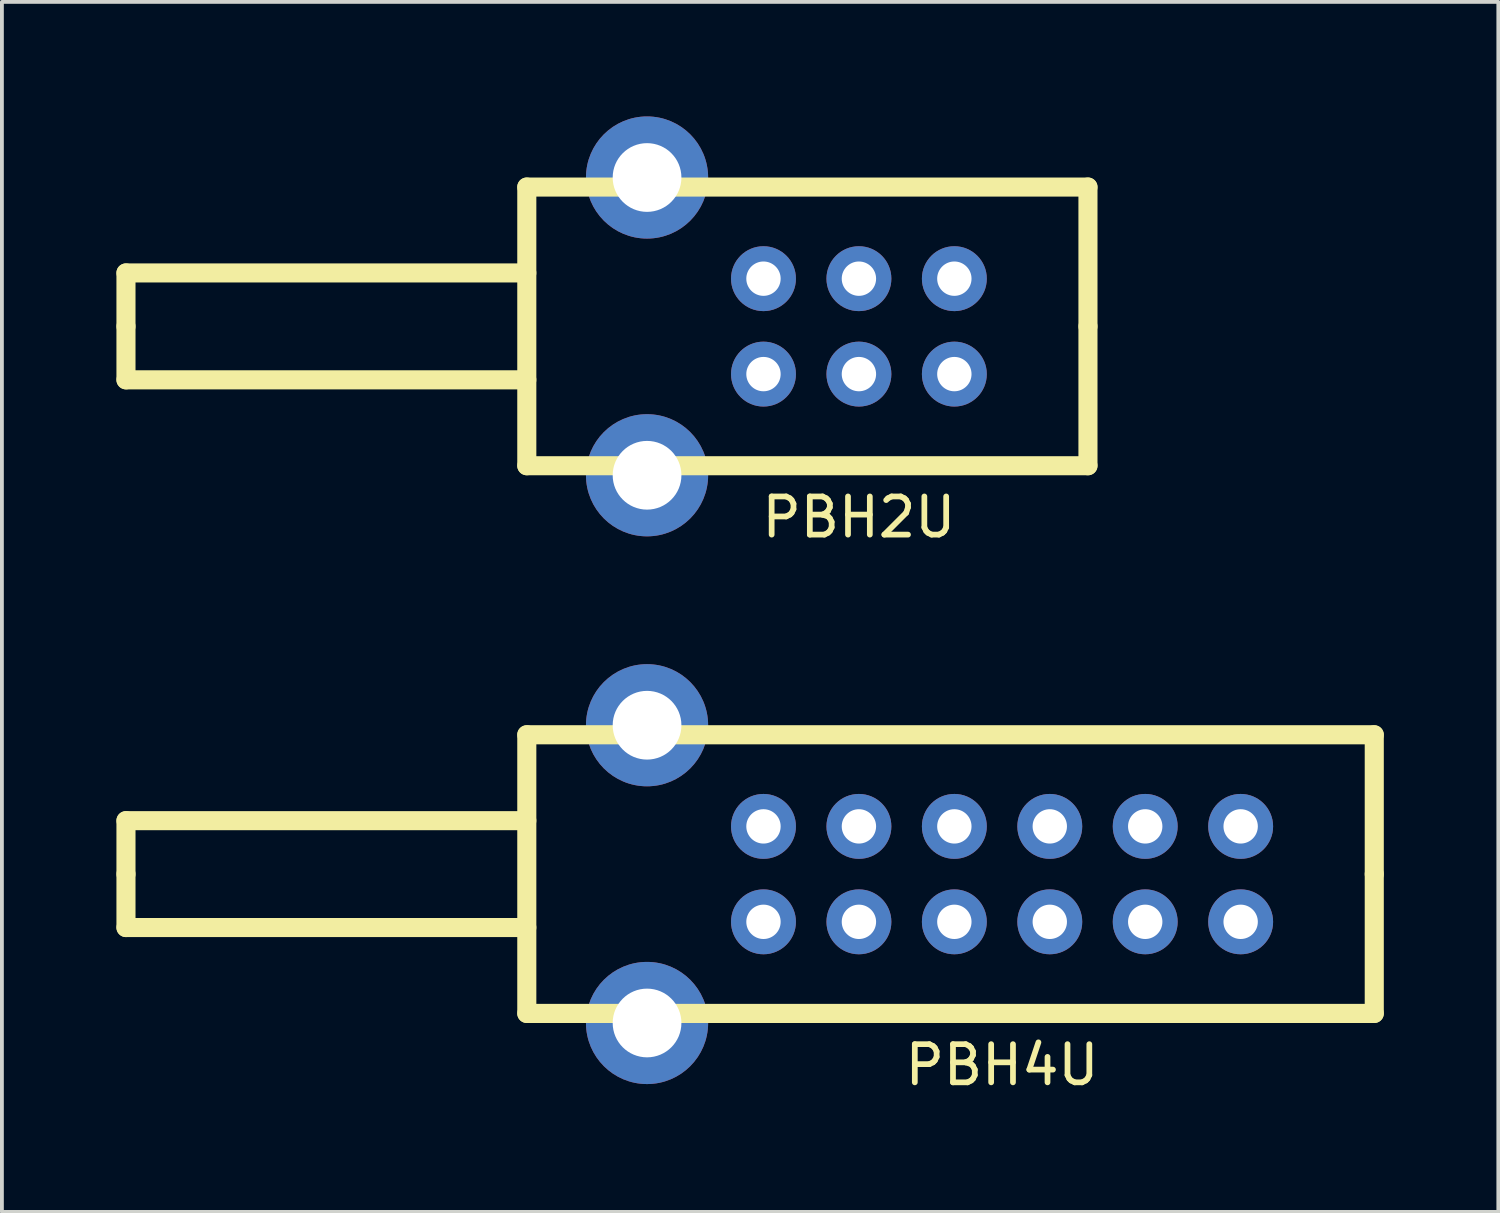
<source format=kicad_pcb>
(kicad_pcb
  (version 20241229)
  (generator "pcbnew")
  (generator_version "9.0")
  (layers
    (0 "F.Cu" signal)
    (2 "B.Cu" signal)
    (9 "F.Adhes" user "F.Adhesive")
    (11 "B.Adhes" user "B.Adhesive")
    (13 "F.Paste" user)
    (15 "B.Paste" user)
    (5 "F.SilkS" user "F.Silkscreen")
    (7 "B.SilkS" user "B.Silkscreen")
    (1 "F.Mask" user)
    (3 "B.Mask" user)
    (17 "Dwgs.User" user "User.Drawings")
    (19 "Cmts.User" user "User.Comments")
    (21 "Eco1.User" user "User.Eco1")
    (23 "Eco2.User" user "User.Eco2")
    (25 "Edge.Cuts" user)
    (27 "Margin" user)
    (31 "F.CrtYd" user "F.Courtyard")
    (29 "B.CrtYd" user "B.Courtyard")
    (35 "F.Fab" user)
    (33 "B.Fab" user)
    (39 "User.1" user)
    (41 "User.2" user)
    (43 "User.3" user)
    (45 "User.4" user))
  (footprint "PBH2U"
    (layer "F.Cu")
    (at 19.45 5.5)
    (property "Reference" "PBH2U" (at 0 5 0) (layer "F.SilkS") (effects (font (size 1 1) (thickness 0.15))))
    (attr through_hole)
    (fp_line (start -19.2 -1.4) (end -8.7 -1.4) (stroke (width 0.5) (type solid)) (layer "F.SilkS"))
    (fp_line (start -19.2 0) (end -19.2 -1.4) (stroke (width 0.5) (type solid)) (layer "F.SilkS"))
    (fp_line (start -19.2 0) (end -19.2 1.4) (stroke (width 0.5) (type solid)) (layer "F.SilkS"))
    (fp_line (start -19.2 1.4) (end -8.7 1.4) (stroke (width 0.5) (type solid)) (layer "F.SilkS"))
    (fp_line (start -8.7 -3.65) (end -8.7 3.65) (stroke (width 0.5) (type solid)) (layer "F.SilkS"))
    (fp_line (start -8.7 -3.65) (end 6 -3.65) (stroke (width 0.5) (type solid)) (layer "F.SilkS"))
    (fp_line (start -8.7 3.65) (end 6 3.65) (stroke (width 0.5) (type solid)) (layer "F.SilkS"))
    (fp_line (start 6 -3.65) (end 6 0) (stroke (width 0.5) (type solid)) (layer "F.SilkS"))
    (fp_line (start 6 3.65) (end 6 0) (stroke (width 0.5) (type solid)) (layer "F.SilkS"))
    (pad "1" thru_hole circle (at -2.5 -1.25) (size 1.7 1.7) (drill 0.9) (layers "*.Cu" "*.Mask"))
    (pad "2" thru_hole circle (at 0 -1.25) (size 1.7 1.7) (drill 0.9) (layers "*.Cu" "*.Mask"))
    (pad "3" thru_hole circle (at 2.5 -1.25) (size 1.7 1.7) (drill 0.9) (layers "*.Cu" "*.Mask"))
    (pad "4" thru_hole circle (at -2.5 1.25) (size 1.7 1.7) (drill 0.9) (layers "*.Cu" "*.Mask"))
    (pad "5" thru_hole circle (at 0 1.25) (size 1.7 1.7) (drill 0.9) (layers "*.Cu" "*.Mask"))
    (pad "6" thru_hole circle (at 2.5 1.25) (size 1.7 1.7) (drill 0.9) (layers "*.Cu" "*.Mask"))
    (pad "S" thru_hole circle (at -5.55 -3.9) (size 3.2 3.2) (drill 1.8) (layers "*.Cu" "*.Mask"))
    (pad "S" thru_hole circle (at -5.55 3.9) (size 3.2 3.2) (drill 1.8) (layers "*.Cu" "*.Mask")))
  (footprint "PBH4U"
    (layer "F.Cu")
    (at 23.2 19.848)
    (property "Reference" "PBH4U" (at 0 5 0) (layer "F.SilkS") (effects (font (size 1 1) (thickness 0.15))))
    (attr through_hole)
    (fp_line (start -22.95 -1.4) (end -12.45 -1.4) (stroke (width 0.5) (type solid)) (layer "F.SilkS"))
    (fp_line (start -22.95 0) (end -22.95 -1.4) (stroke (width 0.5) (type solid)) (layer "F.SilkS"))
    (fp_line (start -22.95 0) (end -22.95 1.4) (stroke (width 0.5) (type solid)) (layer "F.SilkS"))
    (fp_line (start -22.95 1.4) (end -12.45 1.4) (stroke (width 0.5) (type solid)) (layer "F.SilkS"))
    (fp_line (start -12.45 -3.65) (end -12.45 3.65) (stroke (width 0.5) (type solid)) (layer "F.SilkS"))
    (fp_line (start -12.45 -3.65) (end 9.75 -3.65) (stroke (width 0.5) (type solid)) (layer "F.SilkS"))
    (fp_line (start -12.45 3.65) (end 9.75 3.65) (stroke (width 0.5) (type solid)) (layer "F.SilkS"))
    (fp_line (start 9.75 -3.65) (end 9.75 0) (stroke (width 0.5) (type solid)) (layer "F.SilkS"))
    (fp_line (start 9.75 3.65) (end 9.75 0) (stroke (width 0.5) (type solid)) (layer "F.SilkS"))
    (pad "1" thru_hole circle (at 6.25 1.25) (size 1.7 1.7) (drill 0.9) (layers "*.Cu" "*.Mask"))
    (pad "2" thru_hole circle (at 3.75 1.25) (size 1.7 1.7) (drill 0.9) (layers "*.Cu" "*.Mask"))
    (pad "3" thru_hole circle (at 1.25 1.25) (size 1.7 1.7) (drill 0.9) (layers "*.Cu" "*.Mask"))
    (pad "4" thru_hole circle (at -1.25 1.25) (size 1.7 1.7) (drill 0.9) (layers "*.Cu" "*.Mask"))
    (pad "5" thru_hole circle (at -3.75 1.25) (size 1.7 1.7) (drill 0.9) (layers "*.Cu" "*.Mask"))
    (pad "6" thru_hole circle (at -6.25 1.25) (size 1.7 1.7) (drill 0.9) (layers "*.Cu" "*.Mask"))
    (pad "7" thru_hole circle (at 6.25 -1.25) (size 1.7 1.7) (drill 0.9) (layers "*.Cu" "*.Mask"))
    (pad "8" thru_hole circle (at 3.75 -1.25) (size 1.7 1.7) (drill 0.9) (layers "*.Cu" "*.Mask"))
    (pad "9" thru_hole circle (at 1.25 -1.25) (size 1.7 1.7) (drill 0.9) (layers "*.Cu" "*.Mask"))
    (pad "10" thru_hole circle (at -1.25 -1.25) (size 1.7 1.7) (drill 0.9) (layers "*.Cu" "*.Mask"))
    (pad "11" thru_hole circle (at -3.75 -1.25) (size 1.7 1.7) (drill 0.9) (layers "*.Cu" "*.Mask"))
    (pad "12" thru_hole circle (at -6.25 -1.25) (size 1.7 1.7) (drill 0.9) (layers "*.Cu" "*.Mask"))
    (pad "S" thru_hole circle (at -9.3 -3.9) (size 3.2 3.2) (drill 1.8) (layers "*.Cu" "*.Mask"))
    (pad "S" thru_hole circle (at -9.3 3.9) (size 3.2 3.2) (drill 1.8) (layers "*.Cu" "*.Mask")))
  (gr_rect
    (start -3 -3)
    (end 36.2 28.697)
    (stroke (width 0.1) (type default))
    (fill no)
    (layer "Edge.Cuts")))
</source>
